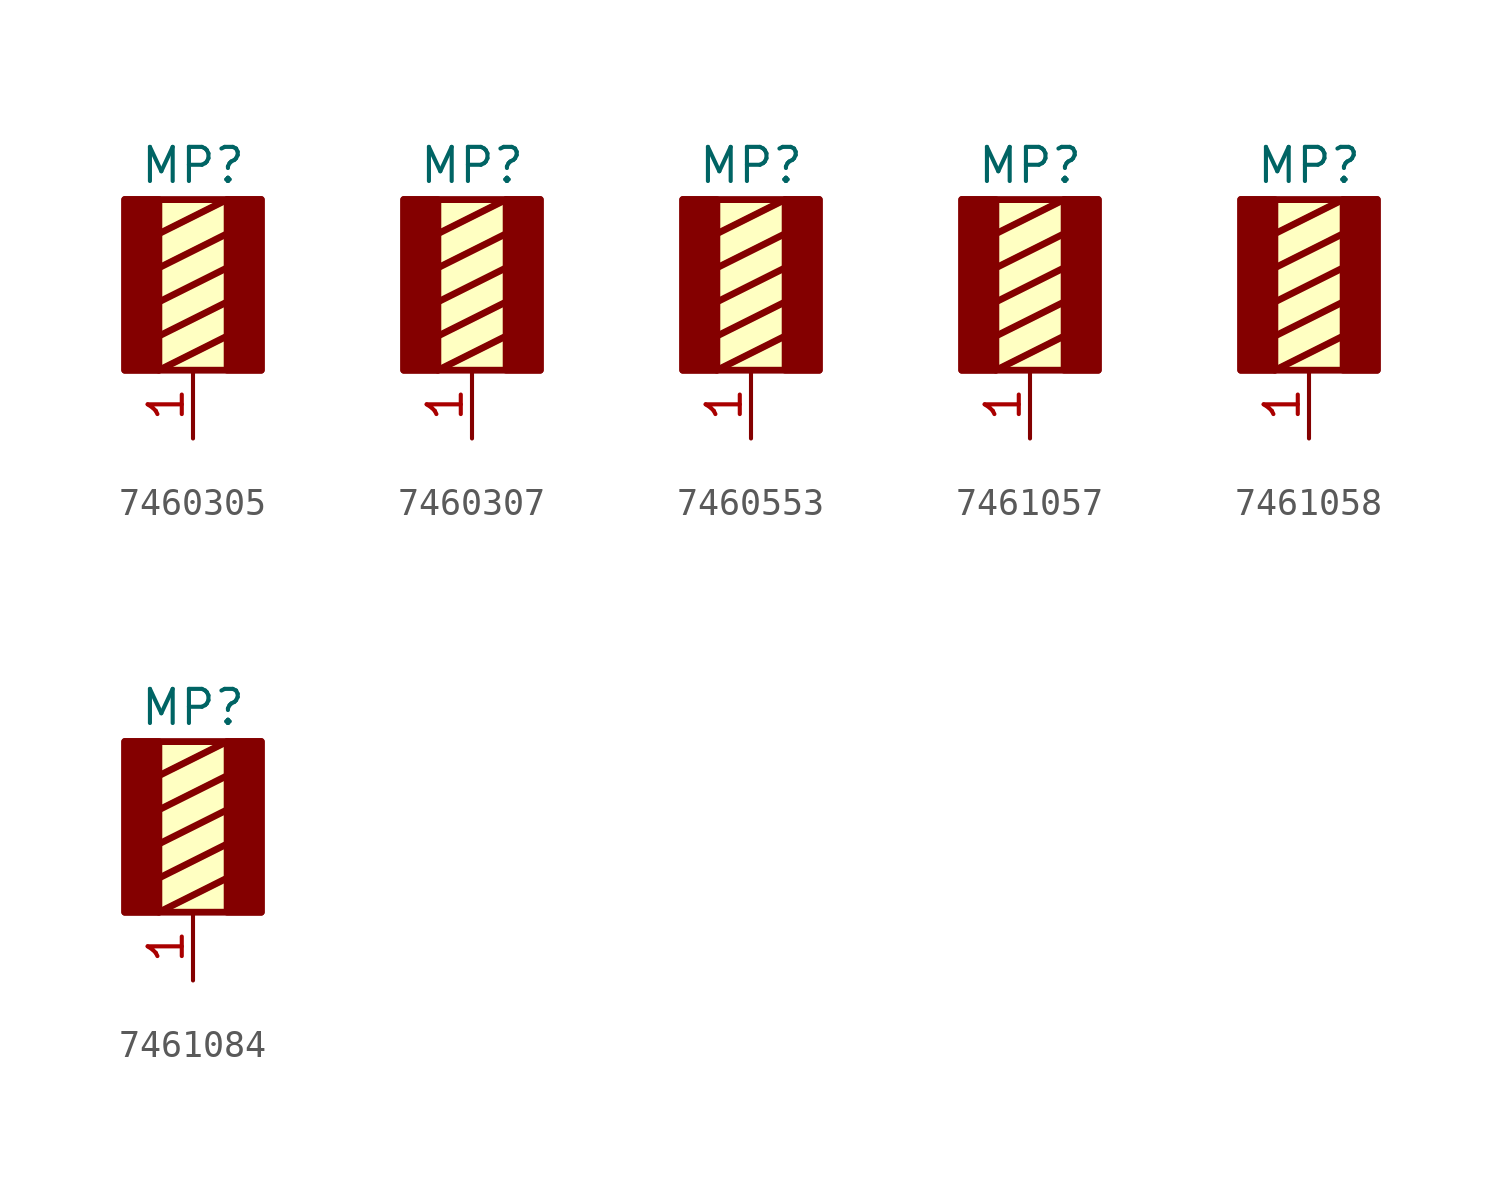
<source format=kicad_sym>
(kicad_symbol_lib
  (version 20220914)
  (generator kicad_symbol_editor)
  (symbol "7460305"
    (pin_names hide)
    (property "Reference" "MP"
      (at 0 5.08 0)
      (effects (font (size 1.27 1.27))))
    (symbol "7460305_0_0"
      (rectangle (start -2.54 3.81) (end 2.54 -2.54) (stroke (width 0.254) (type default)) (fill (type background)))
      (polyline (pts (xy -1.27 2.54) (xy 1.27 3.81)) (stroke (width 0.254) (type default)) (fill (type none)))
      (polyline (pts (xy 1.27 -1.27) (xy -1.27 -2.54)) (stroke (width 0.254) (type default)) (fill (type none)))
      (polyline (pts (xy 1.27 0) (xy -1.27 -1.27)) (stroke (width 0.254) (type default)) (fill (type none)))
      (polyline (pts (xy 1.27 1.27) (xy -1.27 0)) (stroke (width 0.254) (type default)) (fill (type none)))
      (polyline (pts (xy 1.27 2.54) (xy -1.27 1.27)) (stroke (width 0.254) (type default)) (fill (type none))))
    (symbol "7460305_1_0"
      (rectangle (start -2.54 3.81) (end -1.27 -2.54) (stroke (width 0.254) (type default)) (fill (type outline)))
      (rectangle (start 1.27 3.81) (end 2.54 -2.54) (stroke (width 0.254) (type default)) (fill (type outline)))
      (pin passive line (at 0 -5.08 90) (length 2.54) (name "1" (effects (font (size 1.27 1.27)))) (number "1" (effects (font (size 1.27 1.27)))))))
  (symbol "7460307"
    (pin_names hide)
    (property "Reference" "MP"
      (at 0 5.08 0)
      (effects (font (size 1.27 1.27))))
    (symbol "7460307_0_0"
      (rectangle (start -2.54 3.81) (end 2.54 -2.54) (stroke (width 0.254) (type default)) (fill (type background)))
      (polyline (pts (xy -1.27 2.54) (xy 1.27 3.81)) (stroke (width 0.254) (type default)) (fill (type none)))
      (polyline (pts (xy 1.27 -1.27) (xy -1.27 -2.54)) (stroke (width 0.254) (type default)) (fill (type none)))
      (polyline (pts (xy 1.27 0) (xy -1.27 -1.27)) (stroke (width 0.254) (type default)) (fill (type none)))
      (polyline (pts (xy 1.27 1.27) (xy -1.27 0)) (stroke (width 0.254) (type default)) (fill (type none)))
      (polyline (pts (xy 1.27 2.54) (xy -1.27 1.27)) (stroke (width 0.254) (type default)) (fill (type none))))
    (symbol "7460307_1_0"
      (rectangle (start -2.54 3.81) (end -1.27 -2.54) (stroke (width 0.254) (type default)) (fill (type outline)))
      (rectangle (start 1.27 3.81) (end 2.54 -2.54) (stroke (width 0.254) (type default)) (fill (type outline)))
      (pin passive line (at 0 -5.08 90) (length 2.54) (name "1" (effects (font (size 1.27 1.27)))) (number "1" (effects (font (size 1.27 1.27)))))))
  (symbol "7460553"
    (pin_names hide)
    (property "Reference" "MP"
      (at 0 5.08 0)
      (effects (font (size 1.27 1.27))))
    (symbol "7460553_0_0"
      (rectangle (start -2.54 3.81) (end 2.54 -2.54) (stroke (width 0.254) (type default)) (fill (type background)))
      (polyline (pts (xy -1.27 2.54) (xy 1.27 3.81)) (stroke (width 0.254) (type default)) (fill (type none)))
      (polyline (pts (xy 1.27 -1.27) (xy -1.27 -2.54)) (stroke (width 0.254) (type default)) (fill (type none)))
      (polyline (pts (xy 1.27 0) (xy -1.27 -1.27)) (stroke (width 0.254) (type default)) (fill (type none)))
      (polyline (pts (xy 1.27 1.27) (xy -1.27 0)) (stroke (width 0.254) (type default)) (fill (type none)))
      (polyline (pts (xy 1.27 2.54) (xy -1.27 1.27)) (stroke (width 0.254) (type default)) (fill (type none))))
    (symbol "7460553_1_0"
      (rectangle (start -2.54 3.81) (end -1.27 -2.54) (stroke (width 0.254) (type default)) (fill (type outline)))
      (rectangle (start 1.27 3.81) (end 2.54 -2.54) (stroke (width 0.254) (type default)) (fill (type outline)))
      (pin passive line (at 0 -5.08 90) (length 2.54) (name "1" (effects (font (size 1.27 1.27)))) (number "1" (effects (font (size 1.27 1.27)))))))
  (symbol "7461057"
    (pin_names hide)
    (property "Reference" "MP"
      (at 0 5.08 0)
      (effects (font (size 1.27 1.27))))
    (symbol "7461057_0_0"
      (rectangle (start -2.54 3.81) (end 2.54 -2.54) (stroke (width 0.254) (type default)) (fill (type background)))
      (polyline (pts (xy -1.27 2.54) (xy 1.27 3.81)) (stroke (width 0.254) (type default)) (fill (type none)))
      (polyline (pts (xy 1.27 -1.27) (xy -1.27 -2.54)) (stroke (width 0.254) (type default)) (fill (type none)))
      (polyline (pts (xy 1.27 0) (xy -1.27 -1.27)) (stroke (width 0.254) (type default)) (fill (type none)))
      (polyline (pts (xy 1.27 1.27) (xy -1.27 0)) (stroke (width 0.254) (type default)) (fill (type none)))
      (polyline (pts (xy 1.27 2.54) (xy -1.27 1.27)) (stroke (width 0.254) (type default)) (fill (type none))))
    (symbol "7461057_1_0"
      (rectangle (start -2.54 3.81) (end -1.27 -2.54) (stroke (width 0.254) (type default)) (fill (type outline)))
      (rectangle (start 1.27 3.81) (end 2.54 -2.54) (stroke (width 0.254) (type default)) (fill (type outline)))
      (pin passive line (at 0 -5.08 90) (length 2.54) (name "1" (effects (font (size 1.27 1.27)))) (number "1" (effects (font (size 1.27 1.27)))))))
  (symbol "7461058"
    (pin_names hide)
    (property "Reference" "MP"
      (at 0 5.08 0)
      (effects (font (size 1.27 1.27))))
    (symbol "7461058_0_0"
      (rectangle (start -2.54 3.81) (end 2.54 -2.54) (stroke (width 0.254) (type default)) (fill (type background)))
      (polyline (pts (xy -1.27 2.54) (xy 1.27 3.81)) (stroke (width 0.254) (type default)) (fill (type none)))
      (polyline (pts (xy 1.27 -1.27) (xy -1.27 -2.54)) (stroke (width 0.254) (type default)) (fill (type none)))
      (polyline (pts (xy 1.27 0) (xy -1.27 -1.27)) (stroke (width 0.254) (type default)) (fill (type none)))
      (polyline (pts (xy 1.27 1.27) (xy -1.27 0)) (stroke (width 0.254) (type default)) (fill (type none)))
      (polyline (pts (xy 1.27 2.54) (xy -1.27 1.27)) (stroke (width 0.254) (type default)) (fill (type none))))
    (symbol "7461058_1_0"
      (rectangle (start -2.54 3.81) (end -1.27 -2.54) (stroke (width 0.254) (type default)) (fill (type outline)))
      (rectangle (start 1.27 3.81) (end 2.54 -2.54) (stroke (width 0.254) (type default)) (fill (type outline)))
      (pin passive line (at 0 -5.08 90) (length 2.54) (name "1" (effects (font (size 1.27 1.27)))) (number "1" (effects (font (size 1.27 1.27)))))))
  (symbol "7461084"
    (pin_names hide)
    (property "Reference" "MP"
      (at 0 5.08 0)
      (effects (font (size 1.27 1.27))))
    (symbol "7461084_0_0"
      (rectangle (start -2.54 3.81) (end 2.54 -2.54) (stroke (width 0.254) (type default)) (fill (type background)))
      (polyline (pts (xy -1.27 2.54) (xy 1.27 3.81)) (stroke (width 0.254) (type default)) (fill (type none)))
      (polyline (pts (xy 1.27 -1.27) (xy -1.27 -2.54)) (stroke (width 0.254) (type default)) (fill (type none)))
      (polyline (pts (xy 1.27 0) (xy -1.27 -1.27)) (stroke (width 0.254) (type default)) (fill (type none)))
      (polyline (pts (xy 1.27 1.27) (xy -1.27 0)) (stroke (width 0.254) (type default)) (fill (type none)))
      (polyline (pts (xy 1.27 2.54) (xy -1.27 1.27)) (stroke (width 0.254) (type default)) (fill (type none))))
    (symbol "7461084_1_0"
      (rectangle (start -2.54 3.81) (end -1.27 -2.54) (stroke (width 0.254) (type default)) (fill (type outline)))
      (rectangle (start 1.27 3.81) (end 2.54 -2.54) (stroke (width 0.254) (type default)) (fill (type outline)))
      (pin passive line (at 0 -5.08 90) (length 2.54) (name "1" (effects (font (size 1.27 1.27)))) (number "1" (effects (font (size 1.27 1.27))))))))
</source>
